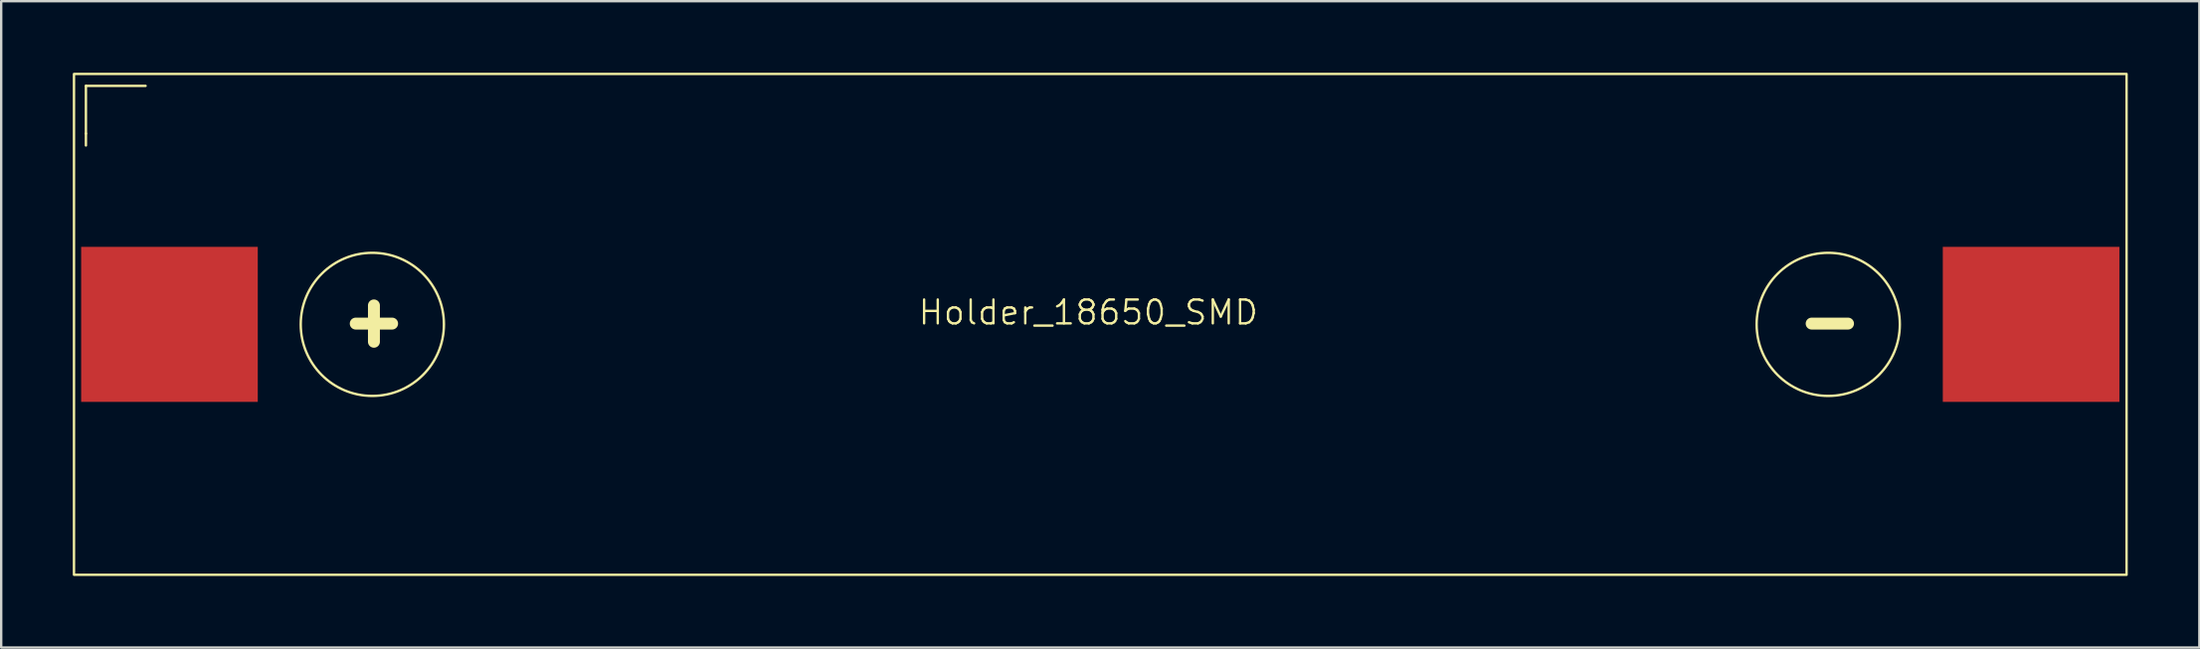
<source format=kicad_pcb>
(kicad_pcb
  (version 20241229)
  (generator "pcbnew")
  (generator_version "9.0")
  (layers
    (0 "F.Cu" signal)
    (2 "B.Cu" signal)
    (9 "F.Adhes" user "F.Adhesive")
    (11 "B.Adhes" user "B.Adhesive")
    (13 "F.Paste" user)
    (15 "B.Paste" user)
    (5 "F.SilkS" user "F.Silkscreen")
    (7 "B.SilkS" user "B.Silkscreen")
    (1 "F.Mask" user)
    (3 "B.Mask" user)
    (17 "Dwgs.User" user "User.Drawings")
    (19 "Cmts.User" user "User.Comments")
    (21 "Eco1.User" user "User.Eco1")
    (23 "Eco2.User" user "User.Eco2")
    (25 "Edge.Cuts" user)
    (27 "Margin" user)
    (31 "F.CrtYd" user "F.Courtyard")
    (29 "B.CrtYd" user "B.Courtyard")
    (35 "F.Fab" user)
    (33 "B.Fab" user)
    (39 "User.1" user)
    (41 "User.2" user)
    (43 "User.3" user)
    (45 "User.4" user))
  (footprint "Holder_18650_SMD"
    (layer "F.Cu")
    (at 42.55 10.55)
    (property "Reference" "Holder_18650_SMD" (at 0 -0.5 0) (unlocked yes) (layer "F.SilkS") (effects (font (size 1 1) (thickness 0.1))))
    (attr smd)
    (fp_line (start -42 -10) (end -42 -8) (stroke (width 0.1) (type default)) (layer "F.SilkS"))
    (fp_line (start -42 -8) (end -42 -7.5) (stroke (width 0.1) (type default)) (layer "F.SilkS"))
    (fp_line (start -39.5 -10) (end -42 -10) (stroke (width 0.1) (type default)) (layer "F.SilkS"))
    (fp_rect (start -42.5 -10.5) (end 43.5 10.5) (stroke (width 0.1) (type default)) (fill no) (layer "F.SilkS"))
    (fp_circle (center -30 0) (end -27 0) (stroke (width 0.1) (type default)) (fill no) (layer "F.SilkS"))
    (fp_circle (center 31 0) (end 34 0) (stroke (width 0.1) (type default)) (fill no) (layer "F.SilkS"))
    (fp_text user "+" (at -31.5 1 0) (unlocked yes) (layer "F.SilkS") (effects (font (size 2 2) (thickness 0.5) (bold yes)) (justify left bottom)))
    (fp_text user "-" (at 29.5 1 0) (unlocked yes) (layer "F.SilkS") (effects (font (size 2 2) (thickness 0.5) (bold yes)) (justify left bottom)))
    (pad "1" smd rect (at -38.5 0) (size 7.4 6.5) (layers "F.Cu" "F.Mask" "F.Paste"))
    (pad "2" smd rect (at 39.5 0) (size 7.4 6.5) (layers "F.Cu" "F.Mask" "F.Paste")))
  (gr_rect
    (start -3 -3)
    (end 89.1 24.1)
    (stroke (width 0.1) (type default))
    (fill no)
    (layer "Edge.Cuts")))
</source>
